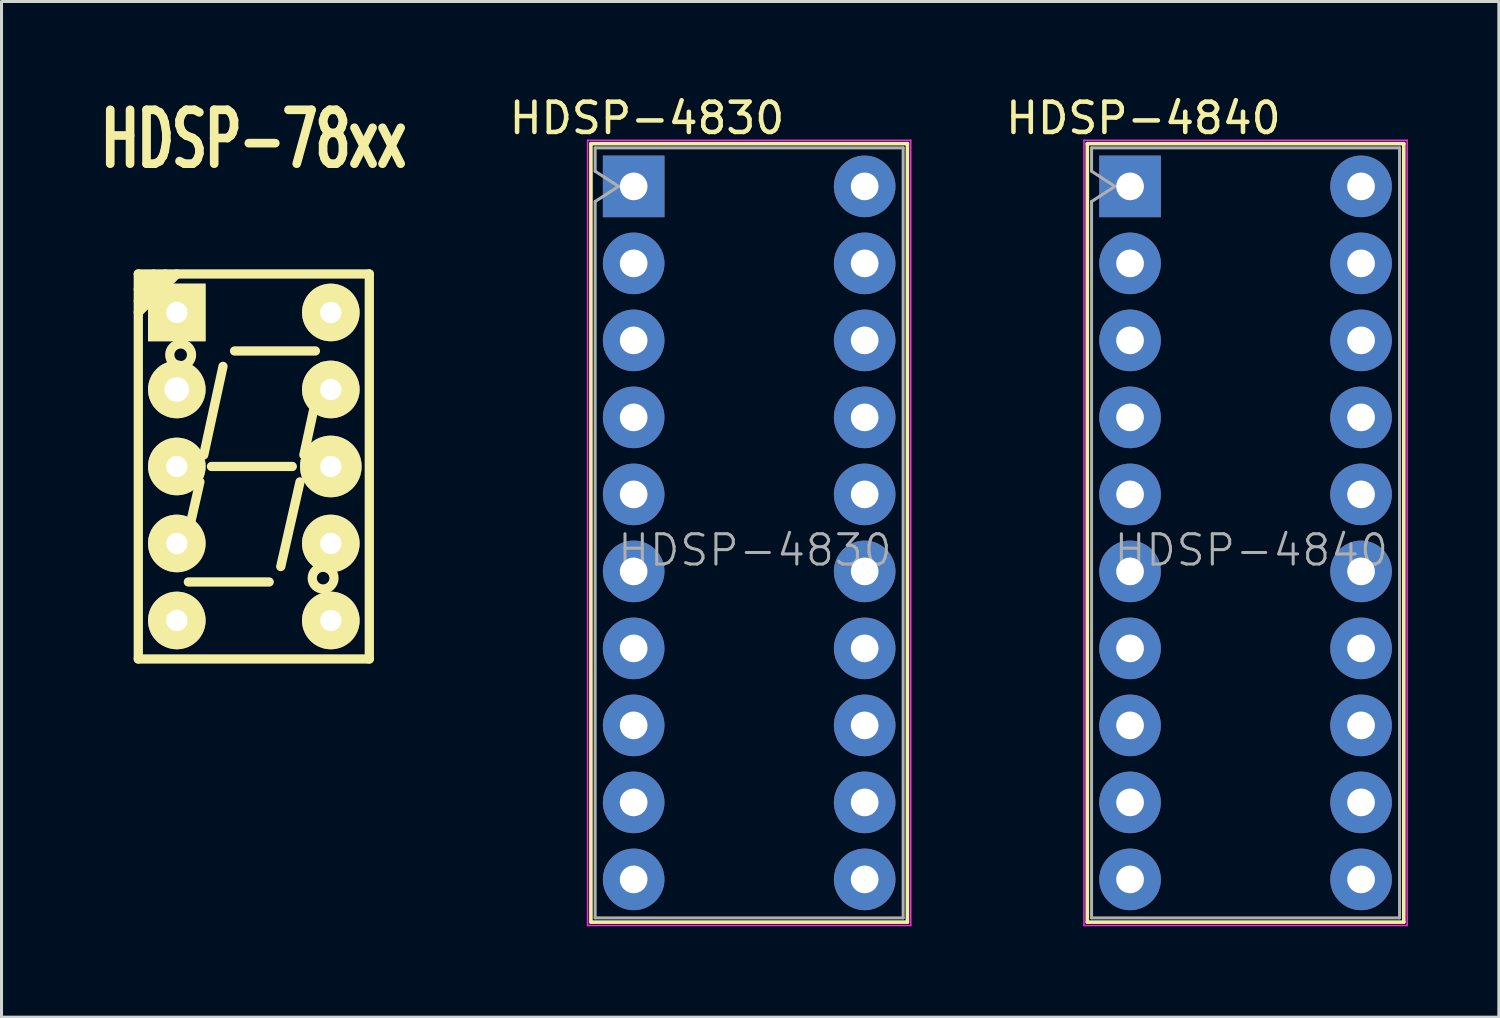
<source format=kicad_pcb>
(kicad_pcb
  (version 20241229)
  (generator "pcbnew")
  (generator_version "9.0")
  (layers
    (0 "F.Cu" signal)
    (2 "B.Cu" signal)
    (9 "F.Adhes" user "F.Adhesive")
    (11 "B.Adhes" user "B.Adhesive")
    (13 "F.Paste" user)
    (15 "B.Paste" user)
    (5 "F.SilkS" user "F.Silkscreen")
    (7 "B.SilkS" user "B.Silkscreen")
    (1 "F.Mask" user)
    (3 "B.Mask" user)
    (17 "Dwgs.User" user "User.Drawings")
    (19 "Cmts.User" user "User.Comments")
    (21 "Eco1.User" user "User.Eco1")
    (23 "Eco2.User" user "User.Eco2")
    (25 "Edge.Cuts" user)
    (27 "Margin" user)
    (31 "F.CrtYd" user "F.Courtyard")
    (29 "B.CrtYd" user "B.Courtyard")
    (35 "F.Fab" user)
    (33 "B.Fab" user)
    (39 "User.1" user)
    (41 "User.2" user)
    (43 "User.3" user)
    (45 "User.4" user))
  (footprint "HDSP-4840"
    (layer "F.Cu")
    (at 34.226 3.098)
    (property "Reference" "HDSP-4840" (at 0.44 -2.25 0) (layer "F.SilkS") (effects (font (size 1 1) (thickness 0.15))))
    (attr through_hole)
    (fp_line (start -1.41 -1.41) (end 9.03 -1.41) (stroke (width 0.12) (type solid)) (layer "F.SilkS"))
    (fp_line (start -1.41 24.27) (end -1.41 -1.41) (stroke (width 0.12) (type solid)) (layer "F.SilkS"))
    (fp_line (start 9.03 -1.41) (end 9.03 24.27) (stroke (width 0.12) (type solid)) (layer "F.SilkS"))
    (fp_line (start 9.03 24.27) (end -1.41 24.27) (stroke (width 0.12) (type solid)) (layer "F.SilkS"))
    (fp_line (start -1.52 -1.52) (end -1.52 24.38) (stroke (width 0.05) (type solid)) (layer "F.CrtYd"))
    (fp_line (start -1.52 -1.52) (end 9.14 -1.52) (stroke (width 0.05) (type solid)) (layer "F.CrtYd"))
    (fp_line (start -1.52 24.38) (end 9.14 24.38) (stroke (width 0.05) (type solid)) (layer "F.CrtYd"))
    (fp_line (start 9.14 24.38) (end 9.14 -1.52) (stroke (width 0.05) (type solid)) (layer "F.CrtYd"))
    (fp_line (start -1.27 -1.27) (end -1.27 -0.5) (stroke (width 0.1) (type solid)) (layer "F.Fab"))
    (fp_line (start -1.27 -1.27) (end 8.89 -1.27) (stroke (width 0.1) (type solid)) (layer "F.Fab"))
    (fp_line (start -1.27 -0.5) (end -0.5 0) (stroke (width 0.1) (type solid)) (layer "F.Fab"))
    (fp_line (start -1.27 0.5) (end -1.27 24.13) (stroke (width 0.1) (type solid)) (layer "F.Fab"))
    (fp_line (start -1.27 24.13) (end 8.89 24.13) (stroke (width 0.1) (type solid)) (layer "F.Fab"))
    (fp_line (start -0.5 0) (end -1.27 0.5) (stroke (width 0.1) (type solid)) (layer "F.Fab"))
    (fp_line (start 8.89 -1.27) (end 8.89 24.13) (stroke (width 0.1) (type solid)) (layer "F.Fab"))
    (fp_text user "${REFERENCE}" (at 4 12 0) (layer "F.Fab") (effects (font (size 1 1) (thickness 0.1))))
    (pad "1" thru_hole rect (at 0 0 270) (size 2.032 2.032) (drill 0.914) (layers "*.Cu" "*.Mask"))
    (pad "2" thru_hole circle (at 0 2.54 270) (size 2.032 2.032) (drill 0.914) (layers "*.Cu" "*.Mask"))
    (pad "3" thru_hole circle (at 0 5.08 270) (size 2.032 2.032) (drill 0.914) (layers "*.Cu" "*.Mask"))
    (pad "4" thru_hole circle (at 0 7.62 270) (size 2.032 2.032) (drill 0.914) (layers "*.Cu" "*.Mask"))
    (pad "5" thru_hole circle (at 0 10.16 270) (size 2.032 2.032) (drill 0.914) (layers "*.Cu" "*.Mask"))
    (pad "6" thru_hole circle (at 0 12.7 270) (size 2.032 2.032) (drill 0.914) (layers "*.Cu" "*.Mask"))
    (pad "7" thru_hole circle (at 0 15.24 270) (size 2.032 2.032) (drill 0.914) (layers "*.Cu" "*.Mask"))
    (pad "8" thru_hole circle (at 0 17.78 270) (size 2.032 2.032) (drill 0.914) (layers "*.Cu" "*.Mask"))
    (pad "9" thru_hole circle (at 0 20.32 270) (size 2.032 2.032) (drill 0.914) (layers "*.Cu" "*.Mask"))
    (pad "10" thru_hole circle (at 0 22.86 270) (size 2.032 2.032) (drill 0.914) (layers "*.Cu" "*.Mask"))
    (pad "11" thru_hole circle (at 7.62 22.86 270) (size 2.032 2.032) (drill 0.914) (layers "*.Cu" "*.Mask"))
    (pad "12" thru_hole circle (at 7.62 20.32 270) (size 2.032 2.032) (drill 0.914) (layers "*.Cu" "*.Mask"))
    (pad "13" thru_hole circle (at 7.62 17.78 270) (size 2.032 2.032) (drill 0.914) (layers "*.Cu" "*.Mask"))
    (pad "14" thru_hole circle (at 7.62 15.24 270) (size 2.032 2.032) (drill 0.914) (layers "*.Cu" "*.Mask"))
    (pad "15" thru_hole circle (at 7.62 12.7 270) (size 2.032 2.032) (drill 0.914) (layers "*.Cu" "*.Mask"))
    (pad "16" thru_hole circle (at 7.62 10.16 270) (size 2.032 2.032) (drill 0.914) (layers "*.Cu" "*.Mask"))
    (pad "17" thru_hole circle (at 7.62 7.62 270) (size 2.032 2.032) (drill 0.914) (layers "*.Cu" "*.Mask"))
    (pad "18" thru_hole circle (at 7.62 5.08 270) (size 2.032 2.032) (drill 0.914) (layers "*.Cu" "*.Mask"))
    (pad "19" thru_hole circle (at 7.62 2.54 270) (size 2.032 2.032) (drill 0.914) (layers "*.Cu" "*.Mask"))
    (pad "20" thru_hole circle (at 7.62 0 270) (size 2.032 2.032) (drill 0.914) (layers "*.Cu" "*.Mask")))
  (footprint "HDSP-4830"
    (layer "F.Cu")
    (at 17.852 3.098)
    (property "Reference" "HDSP-4830" (at 0.44 -2.25 0) (layer "F.SilkS") (effects (font (size 1 1) (thickness 0.15))))
    (attr through_hole)
    (fp_line (start -1.41 -1.41) (end 9.03 -1.41) (stroke (width 0.12) (type solid)) (layer "F.SilkS"))
    (fp_line (start -1.41 24.27) (end -1.41 -1.41) (stroke (width 0.12) (type solid)) (layer "F.SilkS"))
    (fp_line (start 9.03 -1.41) (end 9.03 24.27) (stroke (width 0.12) (type solid)) (layer "F.SilkS"))
    (fp_line (start 9.03 24.27) (end -1.41 24.27) (stroke (width 0.12) (type solid)) (layer "F.SilkS"))
    (fp_line (start -1.52 -1.52) (end -1.52 24.38) (stroke (width 0.05) (type solid)) (layer "F.CrtYd"))
    (fp_line (start -1.52 -1.52) (end 9.14 -1.52) (stroke (width 0.05) (type solid)) (layer "F.CrtYd"))
    (fp_line (start -1.52 24.38) (end 9.14 24.38) (stroke (width 0.05) (type solid)) (layer "F.CrtYd"))
    (fp_line (start 9.14 24.38) (end 9.14 -1.52) (stroke (width 0.05) (type solid)) (layer "F.CrtYd"))
    (fp_line (start -1.27 -1.27) (end -1.27 -0.5) (stroke (width 0.1) (type solid)) (layer "F.Fab"))
    (fp_line (start -1.27 -1.27) (end 8.89 -1.27) (stroke (width 0.1) (type solid)) (layer "F.Fab"))
    (fp_line (start -1.27 -0.5) (end -0.5 0) (stroke (width 0.1) (type solid)) (layer "F.Fab"))
    (fp_line (start -1.27 0.5) (end -1.27 24.13) (stroke (width 0.1) (type solid)) (layer "F.Fab"))
    (fp_line (start -1.27 24.13) (end 8.89 24.13) (stroke (width 0.1) (type solid)) (layer "F.Fab"))
    (fp_line (start -0.5 0) (end -1.27 0.5) (stroke (width 0.1) (type solid)) (layer "F.Fab"))
    (fp_line (start 8.89 -1.27) (end 8.89 24.13) (stroke (width 0.1) (type solid)) (layer "F.Fab"))
    (fp_text user "${REFERENCE}" (at 4 12 0) (layer "F.Fab") (effects (font (size 1 1) (thickness 0.1))))
    (pad "1" thru_hole rect (at 0 0 270) (size 2.032 2.032) (drill 0.914) (layers "*.Cu" "*.Mask"))
    (pad "2" thru_hole circle (at 0 2.54 270) (size 2.032 2.032) (drill 0.914) (layers "*.Cu" "*.Mask"))
    (pad "3" thru_hole circle (at 0 5.08 270) (size 2.032 2.032) (drill 0.914) (layers "*.Cu" "*.Mask"))
    (pad "4" thru_hole circle (at 0 7.62 270) (size 2.032 2.032) (drill 0.914) (layers "*.Cu" "*.Mask"))
    (pad "5" thru_hole circle (at 0 10.16 270) (size 2.032 2.032) (drill 0.914) (layers "*.Cu" "*.Mask"))
    (pad "6" thru_hole circle (at 0 12.7 270) (size 2.032 2.032) (drill 0.914) (layers "*.Cu" "*.Mask"))
    (pad "7" thru_hole circle (at 0 15.24 270) (size 2.032 2.032) (drill 0.914) (layers "*.Cu" "*.Mask"))
    (pad "8" thru_hole circle (at 0 17.78 270) (size 2.032 2.032) (drill 0.914) (layers "*.Cu" "*.Mask"))
    (pad "9" thru_hole circle (at 0 20.32 270) (size 2.032 2.032) (drill 0.914) (layers "*.Cu" "*.Mask"))
    (pad "10" thru_hole circle (at 0 22.86 270) (size 2.032 2.032) (drill 0.914) (layers "*.Cu" "*.Mask"))
    (pad "11" thru_hole circle (at 7.62 22.86 270) (size 2.032 2.032) (drill 0.914) (layers "*.Cu" "*.Mask"))
    (pad "12" thru_hole circle (at 7.62 20.32 270) (size 2.032 2.032) (drill 0.914) (layers "*.Cu" "*.Mask"))
    (pad "13" thru_hole circle (at 7.62 17.78 270) (size 2.032 2.032) (drill 0.914) (layers "*.Cu" "*.Mask"))
    (pad "14" thru_hole circle (at 7.62 15.24 270) (size 2.032 2.032) (drill 0.914) (layers "*.Cu" "*.Mask"))
    (pad "15" thru_hole circle (at 7.62 12.7 270) (size 2.032 2.032) (drill 0.914) (layers "*.Cu" "*.Mask"))
    (pad "16" thru_hole circle (at 7.62 10.16 270) (size 2.032 2.032) (drill 0.914) (layers "*.Cu" "*.Mask"))
    (pad "17" thru_hole circle (at 7.62 7.62 270) (size 2.032 2.032) (drill 0.914) (layers "*.Cu" "*.Mask"))
    (pad "18" thru_hole circle (at 7.62 5.08 270) (size 2.032 2.032) (drill 0.914) (layers "*.Cu" "*.Mask"))
    (pad "19" thru_hole circle (at 7.62 2.54 270) (size 2.032 2.032) (drill 0.914) (layers "*.Cu" "*.Mask"))
    (pad "20" thru_hole circle (at 7.62 0 270) (size 2.032 2.032) (drill 0.914) (layers "*.Cu" "*.Mask")))
  (footprint "HDSP-78xx"
    (layer "F.Cu")
    (at 5.322 12.337)
    (property "Reference" "HDSP-78xx" (at 0 -10.795 0) (layer "F.SilkS") (effects (font (size 1.778 1.143) (thickness 0.305))))
    (attr through_hole)
    (fp_line (start -3.81 -6.35) (end -3.81 6.35) (stroke (width 0.305) (type solid)) (layer "F.SilkS"))
    (fp_line (start -3.81 -5.842) (end -3.302 -6.35) (stroke (width 0.305) (type solid)) (layer "F.SilkS"))
    (fp_line (start -3.81 -5.461) (end -2.921 -6.35) (stroke (width 0.305) (type solid)) (layer "F.SilkS"))
    (fp_line (start -3.81 -5.08) (end -2.54 -6.35) (stroke (width 0.305) (type solid)) (layer "F.SilkS"))
    (fp_line (start -3.81 6.35) (end 3.81 6.35) (stroke (width 0.305) (type solid)) (layer "F.SilkS"))
    (fp_line (start -2.413 3.302) (end -1.778 0.508) (stroke (width 0.305) (type solid)) (layer "F.SilkS"))
    (fp_line (start -2.159 3.81) (end 0.508 3.81) (stroke (width 0.305) (type solid)) (layer "F.SilkS"))
    (fp_line (start -1.651 -0.381) (end -1.016 -3.302) (stroke (width 0.305) (type solid)) (layer "F.SilkS"))
    (fp_line (start -1.397 0) (end 1.27 0) (stroke (width 0.305) (type solid)) (layer "F.SilkS"))
    (fp_line (start -0.635 -3.81) (end 2.032 -3.81) (stroke (width 0.305) (type solid)) (layer "F.SilkS"))
    (fp_line (start 0.889 3.302) (end 1.524 0.508) (stroke (width 0.305) (type solid)) (layer "F.SilkS"))
    (fp_line (start 1.651 -0.381) (end 2.286 -3.302) (stroke (width 0.305) (type solid)) (layer "F.SilkS"))
    (fp_line (start 3.81 -6.35) (end -3.81 -6.35) (stroke (width 0.305) (type solid)) (layer "F.SilkS"))
    (fp_line (start 3.81 6.35) (end 3.81 -6.35) (stroke (width 0.305) (type solid)) (layer "F.SilkS"))
    (fp_circle (center -2.413 -3.683) (end -2.159 -3.429) (stroke (width 0.305) (type solid)) (fill no) (layer "F.SilkS"))
    (fp_circle (center 2.286 3.683) (end 2.54 3.937) (stroke (width 0.305) (type solid)) (fill no) (layer "F.SilkS"))
    (pad "" thru_hole circle (at -2.54 -2.54) (size 1.397 1.397) (drill 0.813) (layers "*.Cu" "*.Mask" "F.SilkS"))
    (pad "1" thru_hole rect (at -2.54 -5.08) (size 1.9 1.9) (drill 0.701) (layers "*.Cu" "*.Mask" "F.SilkS"))
    (pad "2" thru_hole circle (at -2.54 -2.54) (size 1.9 1.9) (drill 0.701) (layers "*.Cu" "*.Mask" "F.SilkS"))
    (pad "3" thru_hole circle (at -2.54 0) (size 1.9 1.9) (drill 0.701) (layers "*.Cu" "*.Mask" "F.SilkS"))
    (pad "4" thru_hole circle (at -2.54 2.54) (size 1.9 1.9) (drill 0.701) (layers "*.Cu" "*.Mask" "F.SilkS"))
    (pad "5" thru_hole circle (at -2.54 5.08) (size 1.9 1.9) (drill 0.701) (layers "*.Cu" "*.Mask" "F.SilkS"))
    (pad "6" thru_hole circle (at 2.54 5.08) (size 1.9 1.9) (drill 0.701) (layers "*.Cu" "*.Mask" "F.SilkS"))
    (pad "7" thru_hole circle (at 2.54 2.54) (size 1.9 1.9) (drill 0.701) (layers "*.Cu" "*.Mask" "F.SilkS"))
    (pad "8" thru_hole circle (at 2.54 0) (size 2.032 2.032) (drill 0.701) (layers "*.Cu" "*.Mask" "F.SilkS"))
    (pad "9" thru_hole circle (at 2.54 -2.54) (size 1.9 1.9) (drill 0.701) (layers "*.Cu" "*.Mask" "F.SilkS"))
    (pad "10" thru_hole circle (at 2.54 -5.08) (size 1.9 1.9) (drill 0.701) (layers "*.Cu" "*.Mask" "F.SilkS")))
  (gr_rect
    (start -3 -3)
    (end 46.391 30.503)
    (stroke (width 0.1) (type default))
    (fill no)
    (layer "Edge.Cuts")))
</source>
